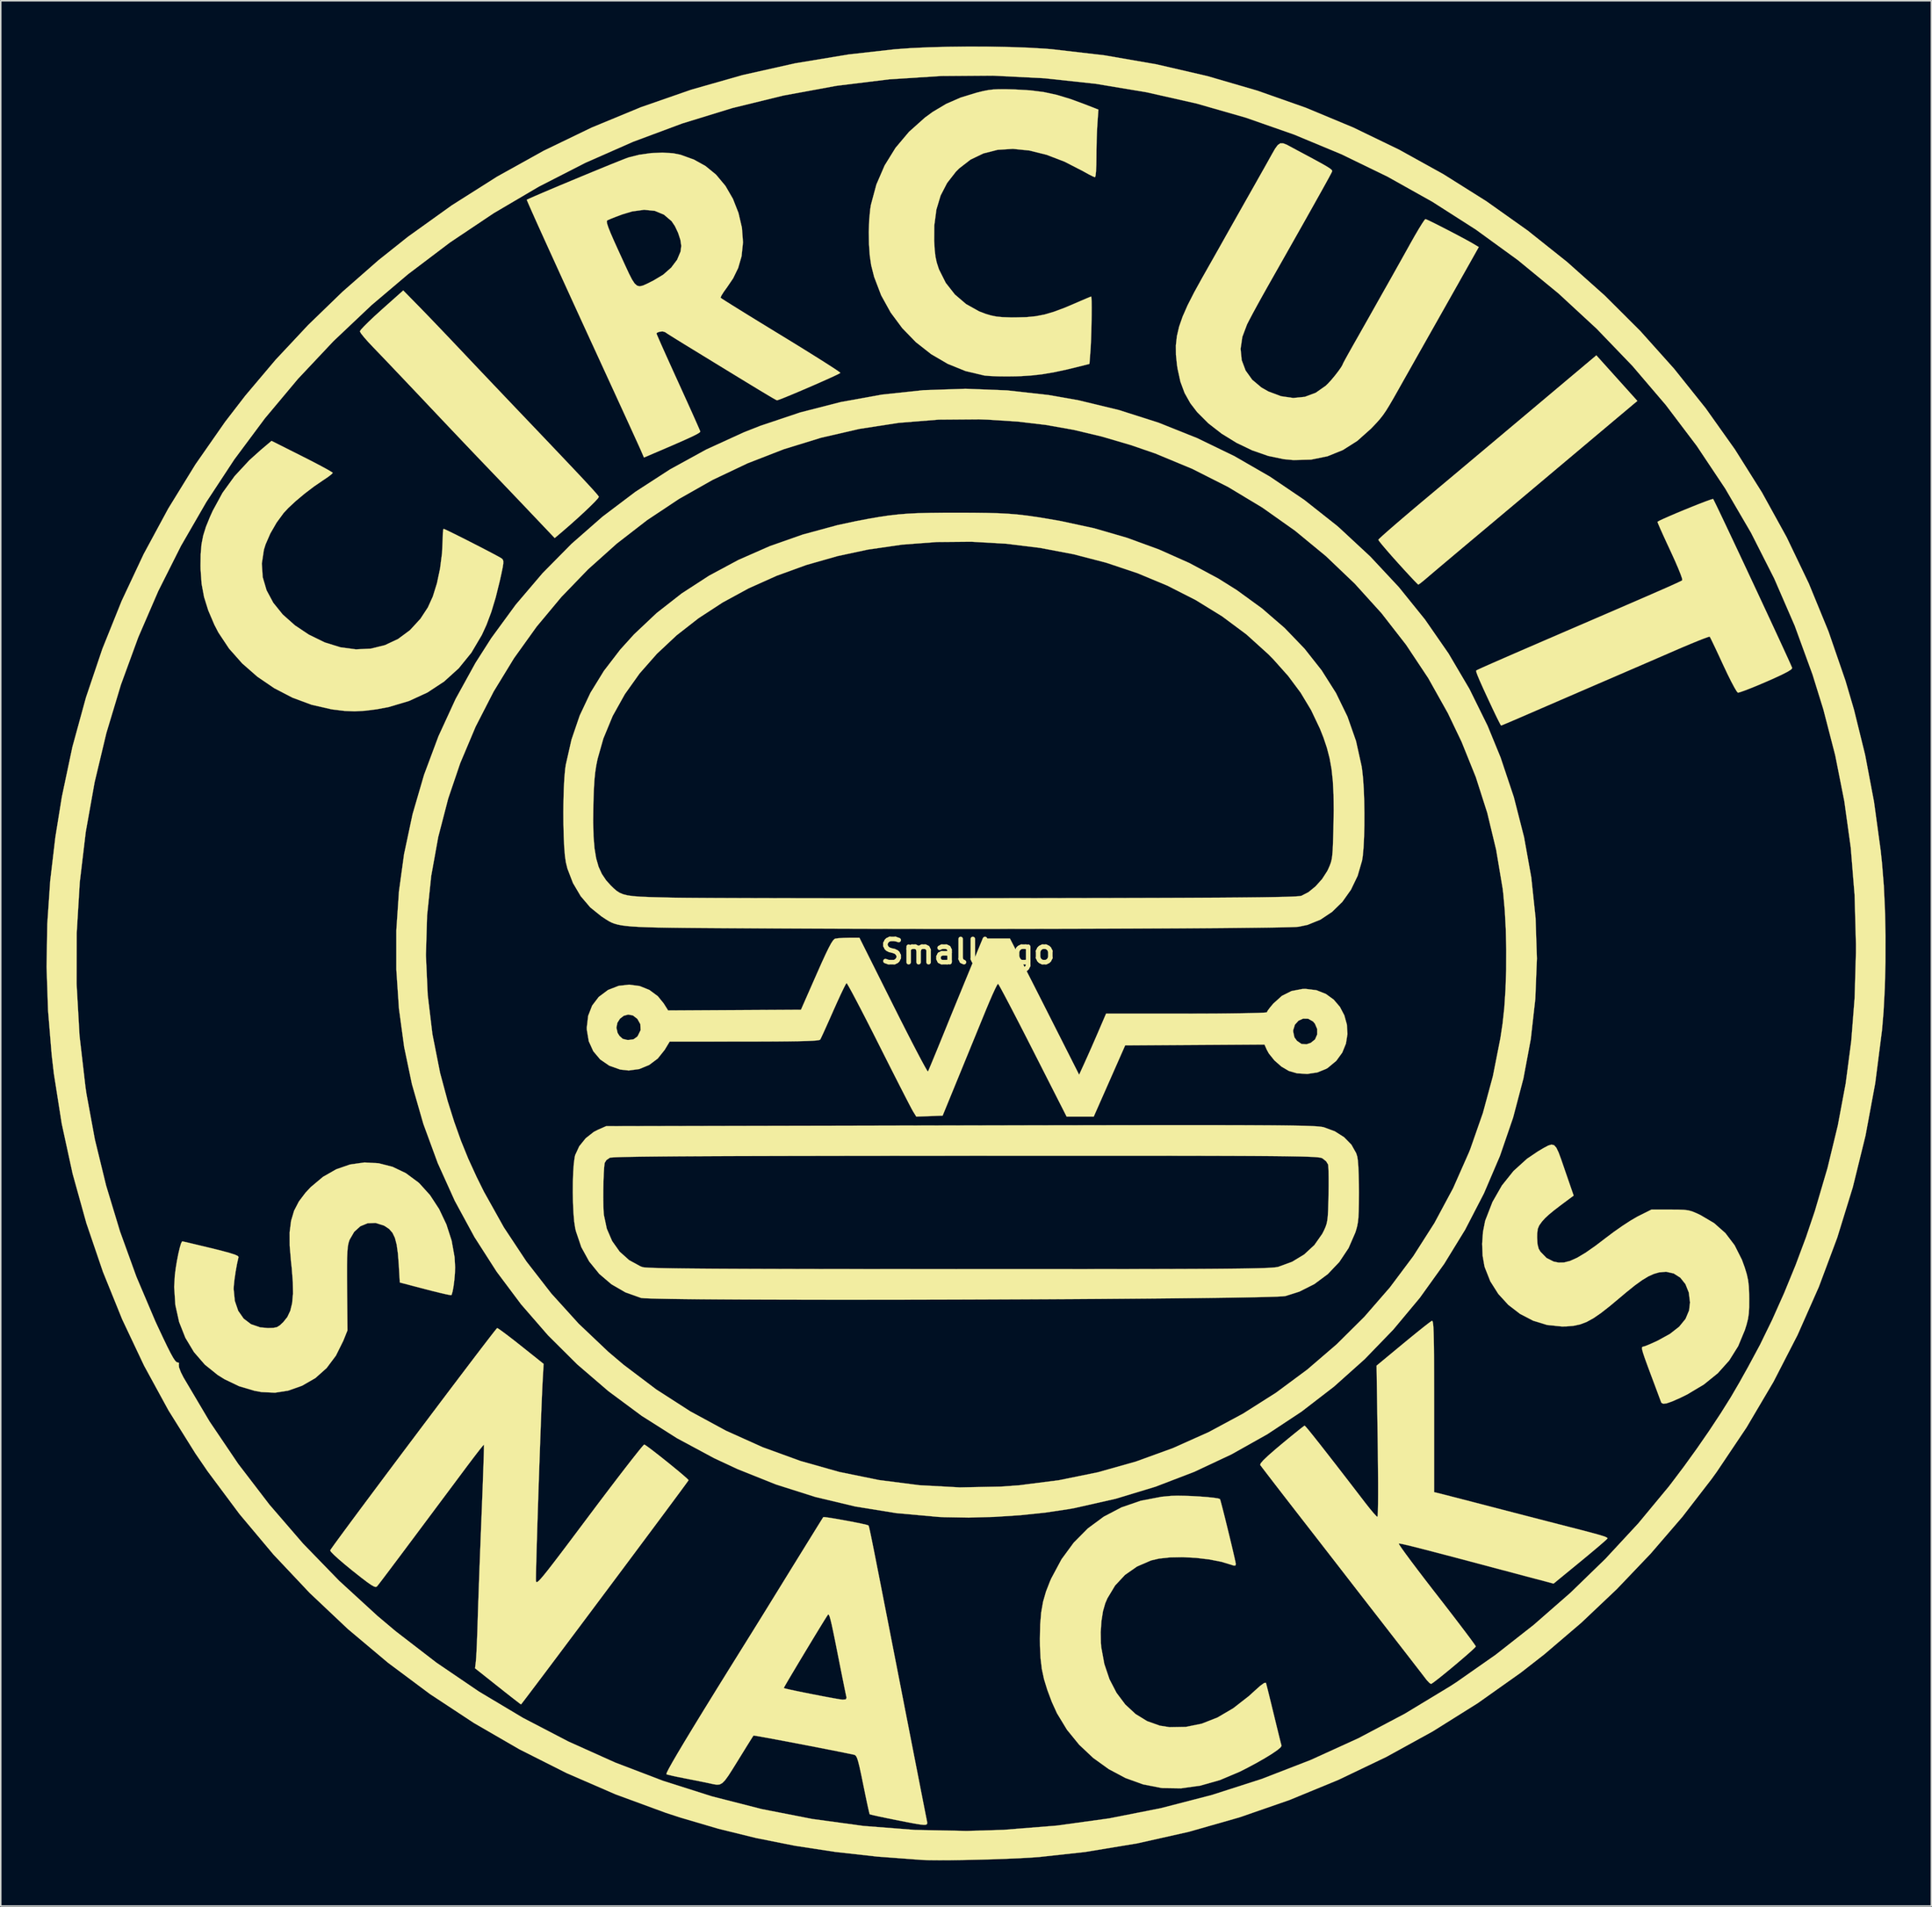
<source format=kicad_pcb>
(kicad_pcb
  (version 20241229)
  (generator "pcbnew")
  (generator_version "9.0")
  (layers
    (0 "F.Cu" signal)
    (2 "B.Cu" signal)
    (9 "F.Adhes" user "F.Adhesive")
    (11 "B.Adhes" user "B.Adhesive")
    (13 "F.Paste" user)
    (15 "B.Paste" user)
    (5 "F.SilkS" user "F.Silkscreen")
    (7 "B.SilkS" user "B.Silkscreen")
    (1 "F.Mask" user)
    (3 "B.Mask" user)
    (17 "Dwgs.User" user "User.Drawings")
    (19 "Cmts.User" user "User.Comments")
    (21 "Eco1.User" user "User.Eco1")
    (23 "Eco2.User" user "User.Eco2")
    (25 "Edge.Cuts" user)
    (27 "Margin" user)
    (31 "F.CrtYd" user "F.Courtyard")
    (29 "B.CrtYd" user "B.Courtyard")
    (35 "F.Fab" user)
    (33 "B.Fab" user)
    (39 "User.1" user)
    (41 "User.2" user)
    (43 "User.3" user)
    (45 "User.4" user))
  (footprint "Smalllogo"
    (layer "F.Cu")
    (at 60.432 59.378)
    (property "Reference" "Smalllogo" (at 0 0 0) (layer "F.SilkS") (effects (font (size 1.524 1.524) (thickness 0.3))))
    (attr through_hole)
    (fp_poly (pts (xy 42.568 -37.623) (xy 43.913 -36.127) (xy 43.663 -35.92) (xy 43.537 -35.814) (xy 43.272 -35.591) (xy 42.884 -35.265) (xy 42.388 -34.849) (xy 41.803 -34.356) (xy 41.142 -33.801) (xy 40.424 -33.197) (xy 39.664 -32.557) (xy 39.614 -32.515) (xy 38.742 -31.782) (xy 37.821 -31.007) (xy 36.881 -30.217) (xy 35.954 -29.438) (xy 35.072 -28.698) (xy 34.267 -28.022) (xy 33.57 -27.438) (xy 33.274 -27.189) (xy 32.63 -26.649) (xy 32.01 -26.128) (xy 31.438 -25.646) (xy 30.938 -25.225) (xy 30.534 -24.883) (xy 30.251 -24.642) (xy 30.167 -24.57) (xy 29.886 -24.332) (xy 29.667 -24.158) (xy 29.551 -24.08) (xy 29.546 -24.079) (xy 29.464 -24.151) (xy 29.269 -24.351) (xy 28.982 -24.656) (xy 28.626 -25.042) (xy 28.223 -25.486) (xy 28.208 -25.502) (xy 27.805 -25.953) (xy 27.454 -26.356) (xy 27.176 -26.684) (xy 26.992 -26.913) (xy 26.924 -27.018) (xy 26.924 -27.019) (xy 26.999 -27.103) (xy 27.214 -27.302) (xy 27.551 -27.601) (xy 27.993 -27.986) (xy 28.524 -28.442) (xy 29.126 -28.954) (xy 29.783 -29.508) (xy 29.896 -29.602) (xy 30.968 -30.501) (xy 32.015 -31.378) (xy 33.063 -32.258) (xy 34.14 -33.162) (xy 35.273 -34.115) (xy 36.491 -35.138) (xy 37.82 -36.256) (xy 38.659 -36.962) (xy 39.171 -37.393) (xy 39.668 -37.811) (xy 40.115 -38.186) (xy 40.474 -38.489) (xy 40.703 -38.681) (xy 41.223 -39.118) (xy 42.568 -37.623)) (stroke (width 0.01) (type solid)) (fill yes) (layer "F.SilkS"))
    (fp_poly (pts (xy -36.065 -42.388) (xy -35.719 -42.033) (xy -35.266 -41.564) (xy -34.74 -41.015) (xy -34.173 -40.421) (xy -33.598 -39.815) (xy -33.224 -39.421) (xy -32.583 -38.742) (xy -31.853 -37.972) (xy -31.087 -37.166) (xy -30.338 -36.378) (xy -29.658 -35.664) (xy -29.462 -35.458) (xy -28.448 -34.395) (xy -27.566 -33.469) (xy -26.809 -32.672) (xy -26.167 -31.995) (xy -25.632 -31.429) (xy -25.197 -30.965) (xy -24.853 -30.594) (xy -24.591 -30.308) (xy -24.404 -30.097) (xy -24.282 -29.953) (xy -24.218 -29.866) (xy -24.203 -29.836) (xy -24.267 -29.733) (xy -24.461 -29.519) (xy -24.763 -29.218) (xy -25.147 -28.852) (xy -25.592 -28.442) (xy -26.073 -28.012) (xy -26.566 -27.583) (xy -26.786 -27.397) (xy -27.099 -27.133) (xy -28.856 -28.984) (xy -29.413 -29.57) (xy -29.992 -30.177) (xy -30.556 -30.768) (xy -31.069 -31.304) (xy -31.494 -31.748) (xy -31.643 -31.902) (xy -31.952 -32.225) (xy -32.378 -32.671) (xy -32.896 -33.215) (xy -33.483 -33.833) (xy -34.117 -34.501) (xy -34.773 -35.194) (xy -35.407 -35.865) (xy -36.053 -36.549) (xy -36.692 -37.223) (xy -37.301 -37.865) (xy -37.859 -38.452) (xy -38.344 -38.961) (xy -38.734 -39.367) (xy -39.006 -39.65) (xy -39.01 -39.654) (xy -39.344 -40.009) (xy -39.619 -40.323) (xy -39.806 -40.561) (xy -39.878 -40.691) (xy -39.878 -40.693) (xy -39.805 -40.804) (xy -39.603 -41.024) (xy -39.295 -41.33) (xy -38.905 -41.699) (xy -38.457 -42.105) (xy -38.456 -42.107) (xy -37.033 -43.375) (xy -36.065 -42.388)) (stroke (width 0.01) (type solid)) (fill yes) (layer "F.SilkS"))
    (fp_poly (pts (xy -43.664 -32.497) (xy -43.081 -32.201) (xy -42.565 -31.932) (xy -42.141 -31.704) (xy -41.836 -31.531) (xy -41.674 -31.429) (xy -41.656 -31.409) (xy -41.735 -31.32) (xy -41.945 -31.157) (xy -42.243 -30.954) (xy -42.291 -30.923) (xy -42.891 -30.512) (xy -43.505 -30.044) (xy -44.082 -29.561) (xy -44.573 -29.104) (xy -44.876 -28.779) (xy -45.343 -28.142) (xy -45.752 -27.432) (xy -46.061 -26.723) (xy -46.172 -26.369) (xy -46.31 -25.458) (xy -46.251 -24.568) (xy -45.998 -23.707) (xy -45.558 -22.887) (xy -44.936 -22.116) (xy -44.135 -21.405) (xy -43.226 -20.798) (xy -42.184 -20.288) (xy -41.15 -19.966) (xy -40.137 -19.832) (xy -39.161 -19.879) (xy -38.235 -20.107) (xy -37.375 -20.511) (xy -36.594 -21.088) (xy -35.907 -21.835) (xy -35.418 -22.582) (xy -35.092 -23.3) (xy -34.822 -24.168) (xy -34.617 -25.138) (xy -34.487 -26.163) (xy -34.443 -27.153) (xy -34.434 -27.467) (xy -34.411 -27.679) (xy -34.386 -27.737) (xy -34.274 -27.692) (xy -34.016 -27.57) (xy -33.644 -27.388) (xy -33.191 -27.162) (xy -32.692 -26.909) (xy -32.178 -26.646) (xy -31.683 -26.391) (xy -31.241 -26.16) (xy -30.884 -25.969) (xy -30.646 -25.837) (xy -30.567 -25.787) (xy -30.502 -25.718) (xy -30.47 -25.617) (xy -30.473 -25.448) (xy -30.516 -25.177) (xy -30.601 -24.769) (xy -30.695 -24.345) (xy -30.97 -23.233) (xy -31.258 -22.28) (xy -31.574 -21.439) (xy -31.877 -20.777) (xy -32.565 -19.611) (xy -33.394 -18.59) (xy -34.356 -17.719) (xy -35.446 -17.002) (xy -36.657 -16.444) (xy -37.983 -16.049) (xy -38.773 -15.9) (xy -39.55 -15.802) (xy -40.224 -15.766) (xy -40.885 -15.793) (xy -41.623 -15.882) (xy -41.758 -15.903) (xy -43.048 -16.198) (xy -44.302 -16.664) (xy -45.494 -17.283) (xy -46.6 -18.037) (xy -47.596 -18.91) (xy -48.457 -19.882) (xy -49.158 -20.937) (xy -49.422 -21.447) (xy -49.824 -22.39) (xy -50.097 -23.263) (xy -50.259 -24.137) (xy -50.326 -25.085) (xy -50.33 -25.349) (xy -50.318 -26.095) (xy -50.265 -26.721) (xy -50.155 -27.291) (xy -49.975 -27.869) (xy -49.71 -28.52) (xy -49.526 -28.925) (xy -48.885 -30.102) (xy -48.091 -31.198) (xy -47.125 -32.239) (xy -46.382 -32.908) (xy -45.672 -33.507) (xy -43.664 -32.497)) (stroke (width 0.01) (type solid)) (fill yes) (layer "F.SilkS"))
    (fp_poly (pts (xy 14.197 35.693) (xy 14.711 35.712) (xy 15.233 35.742) (xy 15.719 35.779) (xy 16.127 35.822) (xy 16.414 35.866) (xy 16.535 35.907) (xy 16.57 36.013) (xy 16.643 36.282) (xy 16.745 36.677) (xy 16.868 37.165) (xy 17.002 37.709) (xy 17.14 38.273) (xy 17.273 38.824) (xy 17.391 39.324) (xy 17.487 39.74) (xy 17.552 40.035) (xy 17.577 40.174) (xy 17.577 40.176) (xy 17.54 40.275) (xy 17.394 40.259) (xy 17.314 40.23) (xy 16.63 40.023) (xy 15.831 39.867) (xy 14.971 39.765) (xy 14.101 39.72) (xy 13.274 39.734) (xy 12.54 39.812) (xy 12.016 39.934) (xy 11.096 40.332) (xy 10.307 40.882) (xy 9.657 41.579) (xy 9.154 42.416) (xy 9.01 42.749) (xy 8.862 43.269) (xy 8.761 43.921) (xy 8.714 44.635) (xy 8.726 45.343) (xy 8.75 45.627) (xy 8.951 46.725) (xy 9.289 47.728) (xy 9.751 48.619) (xy 10.324 49.383) (xy 10.997 50.007) (xy 11.756 50.474) (xy 12.588 50.771) (xy 13.229 50.871) (xy 14.289 50.854) (xy 15.335 50.644) (xy 16.372 50.237) (xy 17.404 49.632) (xy 18.437 48.827) (xy 18.8 48.496) (xy 19.172 48.163) (xy 19.421 47.981) (xy 19.542 47.954) (xy 19.552 47.969) (xy 19.59 48.107) (xy 19.667 48.41) (xy 19.775 48.845) (xy 19.906 49.379) (xy 20.052 49.979) (xy 20.067 50.038) (xy 20.213 50.641) (xy 20.345 51.18) (xy 20.454 51.622) (xy 20.533 51.934) (xy 20.573 52.085) (xy 20.574 52.09) (xy 20.51 52.2) (xy 20.288 52.384) (xy 19.934 52.626) (xy 19.473 52.909) (xy 18.93 53.219) (xy 18.331 53.54) (xy 17.824 53.796) (xy 16.522 54.345) (xy 15.238 54.708) (xy 13.987 54.883) (xy 12.781 54.866) (xy 12.681 54.856) (xy 11.495 54.625) (xy 10.342 54.209) (xy 9.244 53.625) (xy 8.222 52.89) (xy 7.301 52.023) (xy 6.501 51.04) (xy 5.845 49.959) (xy 5.511 49.225) (xy 5.212 48.426) (xy 4.996 47.725) (xy 4.853 47.056) (xy 4.769 46.353) (xy 4.731 45.549) (xy 4.727 45.06) (xy 4.745 44.128) (xy 4.811 43.34) (xy 4.934 42.64) (xy 5.126 41.973) (xy 5.396 41.283) (xy 5.48 41.096) (xy 6.145 39.856) (xy 6.944 38.767) (xy 7.87 37.833) (xy 8.916 37.061) (xy 10.075 36.454) (xy 11.34 36.018) (xy 12.704 35.757) (xy 13.36 35.697) (xy 13.732 35.686) (xy 14.197 35.693)) (stroke (width 0.01) (type solid)) (fill yes) (layer "F.SilkS"))
    (fp_poly (pts (xy 2.535 -56.574) (xy 3.099 -56.559) (xy 4.09 -56.502) (xy 4.976 -56.39) (xy 5.828 -56.206) (xy 6.717 -55.937) (xy 7.558 -55.629) (xy 8.563 -55.238) (xy 8.498 -54.324) (xy 8.471 -53.843) (xy 8.45 -53.241) (xy 8.437 -52.602) (xy 8.433 -52.105) (xy 8.426 -51.616) (xy 8.408 -51.211) (xy 8.38 -50.927) (xy 8.346 -50.803) (xy 8.34 -50.8) (xy 8.214 -50.848) (xy 7.962 -50.974) (xy 7.633 -51.154) (xy 7.553 -51.2) (xy 6.338 -51.824) (xy 5.16 -52.275) (xy 4.029 -52.555) (xy 2.955 -52.663) (xy 1.948 -52.599) (xy 1.018 -52.363) (xy 0.174 -51.957) (xy -0.574 -51.378) (xy -0.783 -51.167) (xy -1.363 -50.422) (xy -1.788 -49.599) (xy -2.065 -48.677) (xy -2.201 -47.638) (xy -2.208 -46.634) (xy -2.176 -46.047) (xy -2.125 -45.596) (xy -2.043 -45.213) (xy -1.92 -44.83) (xy -1.886 -44.74) (xy -1.449 -43.87) (xy -0.852 -43.11) (xy -0.116 -42.481) (xy 0.736 -42.004) (xy 1.168 -41.839) (xy 1.527 -41.733) (xy 1.873 -41.664) (xy 2.267 -41.625) (xy 2.768 -41.608) (xy 3.15 -41.607) (xy 3.835 -41.624) (xy 4.444 -41.683) (xy 5.029 -41.796) (xy 5.64 -41.976) (xy 6.331 -42.233) (xy 7.049 -42.537) (xy 7.461 -42.716) (xy 7.798 -42.86) (xy 8.021 -42.952) (xy 8.09 -42.977) (xy 8.107 -42.882) (xy 8.117 -42.621) (xy 8.121 -42.233) (xy 8.118 -41.756) (xy 8.11 -41.227) (xy 8.098 -40.684) (xy 8.081 -40.165) (xy 8.06 -39.708) (xy 8.042 -39.421) (xy 7.976 -38.557) (xy 7.468 -38.427) (xy 6.499 -38.19) (xy 5.67 -38.012) (xy 4.932 -37.886) (xy 4.232 -37.803) (xy 3.52 -37.755) (xy 3.15 -37.742) (xy 2.562 -37.735) (xy 1.989 -37.741) (xy 1.49 -37.76) (xy 1.124 -37.79) (xy 1.067 -37.798) (xy -0.152 -38.087) (xy -1.316 -38.558) (xy -2.406 -39.195) (xy -3.406 -39.98) (xy -4.297 -40.896) (xy -5.062 -41.927) (xy -5.685 -43.054) (xy -6.146 -44.261) (xy -6.341 -45.03) (xy -6.432 -45.654) (xy -6.485 -46.406) (xy -6.498 -47.213) (xy -6.471 -48.004) (xy -6.404 -48.706) (xy -6.359 -48.988) (xy -6 -50.323) (xy -5.459 -51.574) (xy -4.744 -52.73) (xy -3.86 -53.78) (xy -2.817 -54.713) (xy -2.304 -55.087) (xy -1.425 -55.612) (xy -0.471 -56.028) (xy 0.567 -56.346) (xy 0.984 -56.449) (xy 1.334 -56.518) (xy 1.673 -56.559) (xy 2.055 -56.576) (xy 2.535 -56.574)) (stroke (width 0.01) (type solid)) (fill yes) (layer "F.SilkS"))
    (fp_poly (pts (xy -38.653 13.878) (xy -37.738 14.111) (xy -36.863 14.529) (xy -36.048 15.132) (xy -35.972 15.2) (xy -35.279 15.968) (xy -34.683 16.879) (xy -34.203 17.891) (xy -33.858 18.96) (xy -33.665 20.043) (xy -33.63 20.708) (xy -33.644 21.106) (xy -33.681 21.539) (xy -33.734 21.951) (xy -33.795 22.289) (xy -33.857 22.499) (xy -33.878 22.532) (xy -33.985 22.522) (xy -34.256 22.467) (xy -34.657 22.374) (xy -35.156 22.251) (xy -35.59 22.139) (xy -37.258 21.702) (xy -37.323 20.579) (xy -37.381 19.813) (xy -37.463 19.22) (xy -37.58 18.771) (xy -37.742 18.437) (xy -37.961 18.188) (xy -38.248 17.996) (xy -38.312 17.963) (xy -38.85 17.794) (xy -39.372 17.815) (xy -39.848 18.013) (xy -40.249 18.375) (xy -40.547 18.888) (xy -40.586 18.989) (xy -40.634 19.161) (xy -40.671 19.384) (xy -40.697 19.683) (xy -40.714 20.084) (xy -40.722 20.612) (xy -40.722 21.293) (xy -40.716 22.136) (xy -40.691 24.841) (xy -40.965 25.524) (xy -41.45 26.5) (xy -42.06 27.315) (xy -42.794 27.969) (xy -43.654 28.465) (xy -43.692 28.482) (xy -44.582 28.796) (xy -45.441 28.93) (xy -46.323 28.89) (xy -46.787 28.806) (xy -47.807 28.502) (xy -48.76 28.044) (xy -49.2 27.77) (xy -50.048 27.088) (xy -50.759 26.267) (xy -51.323 25.329) (xy -51.733 24.291) (xy -51.981 23.174) (xy -52.057 21.995) (xy -52.015 21.234) (xy -51.956 20.768) (xy -51.877 20.285) (xy -51.787 19.826) (xy -51.695 19.433) (xy -51.61 19.147) (xy -51.54 19.009) (xy -51.526 19.003) (xy -51.411 19.027) (xy -51.13 19.091) (xy -50.717 19.189) (xy -50.203 19.312) (xy -49.632 19.449) (xy -48.938 19.622) (xy -48.428 19.76) (xy -48.085 19.87) (xy -47.893 19.957) (xy -47.837 20.025) (xy -47.837 20.03) (xy -47.937 20.481) (xy -48.029 20.997) (xy -48.103 21.504) (xy -48.148 21.932) (xy -48.157 22.132) (xy -48.08 22.909) (xy -47.858 23.559) (xy -47.5 24.072) (xy -47.017 24.437) (xy -46.416 24.644) (xy -45.915 24.689) (xy -45.557 24.679) (xy -45.32 24.63) (xy -45.126 24.511) (xy -44.905 24.304) (xy -44.637 23.969) (xy -44.443 23.561) (xy -44.32 23.058) (xy -44.265 22.436) (xy -44.275 21.673) (xy -44.347 20.747) (xy -44.394 20.315) (xy -44.482 19.283) (xy -44.484 18.406) (xy -44.389 17.653) (xy -44.191 16.991) (xy -43.88 16.389) (xy -43.447 15.815) (xy -43.103 15.447) (xy -42.298 14.771) (xy -41.43 14.275) (xy -40.52 13.96) (xy -39.587 13.828) (xy -38.653 13.878)) (stroke (width 0.01) (type solid)) (fill yes) (layer "F.SilkS"))
    (fp_poly (pts (xy 48.939 -29.59) (xy 49.071 -29.322) (xy 49.27 -28.909) (xy 49.527 -28.37) (xy 49.832 -27.725) (xy 50.177 -26.995) (xy 50.552 -26.198) (xy 50.948 -25.354) (xy 51.356 -24.482) (xy 51.767 -23.604) (xy 52.171 -22.737) (xy 52.559 -21.903) (xy 52.922 -21.12) (xy 53.252 -20.408) (xy 53.538 -19.786) (xy 53.772 -19.276) (xy 53.944 -18.895) (xy 54.045 -18.664) (xy 54.068 -18.603) (xy 54.001 -18.511) (xy 53.766 -18.363) (xy 53.355 -18.154) (xy 52.763 -17.882) (xy 52.375 -17.712) (xy 51.82 -17.475) (xy 51.323 -17.273) (xy 50.917 -17.116) (xy 50.634 -17.018) (xy 50.507 -16.99) (xy 50.423 -17.087) (xy 50.272 -17.341) (xy 50.068 -17.723) (xy 49.829 -18.204) (xy 49.568 -18.756) (xy 49.541 -18.814) (xy 49.283 -19.372) (xy 49.052 -19.865) (xy 48.862 -20.264) (xy 48.727 -20.54) (xy 48.662 -20.663) (xy 48.659 -20.666) (xy 48.555 -20.643) (xy 48.29 -20.548) (xy 47.893 -20.392) (xy 47.388 -20.185) (xy 46.802 -19.938) (xy 46.374 -19.753) (xy 45.653 -19.44) (xy 44.799 -19.07) (xy 43.869 -18.667) (xy 42.917 -18.256) (xy 41.999 -17.859) (xy 41.351 -17.58) (xy 40.532 -17.226) (xy 39.67 -16.853) (xy 38.812 -16.482) (xy 38.006 -16.133) (xy 37.297 -15.826) (xy 36.785 -15.604) (xy 36.23 -15.364) (xy 35.743 -15.154) (xy 35.352 -14.988) (xy 35.087 -14.877) (xy 34.977 -14.834) (xy 34.976 -14.834) (xy 34.921 -14.92) (xy 34.799 -15.156) (xy 34.626 -15.506) (xy 34.422 -15.935) (xy 34.402 -15.977) (xy 34.045 -16.741) (xy 33.77 -17.34) (xy 33.569 -17.791) (xy 33.435 -18.11) (xy 33.36 -18.314) (xy 33.339 -18.421) (xy 33.346 -18.444) (xy 33.424 -18.486) (xy 33.631 -18.583) (xy 33.974 -18.737) (xy 34.461 -18.952) (xy 35.096 -19.23) (xy 35.888 -19.575) (xy 36.842 -19.989) (xy 37.966 -20.475) (xy 39.266 -21.037) (xy 40.132 -21.41) (xy 41.439 -21.974) (xy 42.572 -22.463) (xy 43.541 -22.883) (xy 44.359 -23.237) (xy 45.037 -23.533) (xy 45.588 -23.774) (xy 46.022 -23.966) (xy 46.352 -24.115) (xy 46.59 -24.224) (xy 46.747 -24.3) (xy 46.835 -24.348) (xy 46.862 -24.368) (xy 46.846 -24.481) (xy 46.754 -24.748) (xy 46.596 -25.141) (xy 46.385 -25.63) (xy 46.132 -26.187) (xy 46.075 -26.31) (xy 45.813 -26.874) (xy 45.585 -27.372) (xy 45.404 -27.776) (xy 45.283 -28.059) (xy 45.233 -28.191) (xy 45.233 -28.198) (xy 45.36 -28.271) (xy 45.634 -28.4) (xy 46.018 -28.57) (xy 46.479 -28.767) (xy 46.979 -28.975) (xy 47.485 -29.181) (xy 47.962 -29.371) (xy 48.373 -29.529) (xy 48.683 -29.641) (xy 48.859 -29.694) (xy 48.884 -29.694) (xy 48.939 -29.59)) (stroke (width 0.01) (type solid)) (fill yes) (layer "F.SilkS"))
    (fp_poly (pts (xy 38.455 12.697) (xy 38.601 12.865) (xy 38.748 13.172) (xy 38.919 13.635) (xy 39.138 14.271) (xy 39.146 14.296) (xy 39.735 16.002) (xy 39.459 16.205) (xy 38.876 16.639) (xy 38.433 16.98) (xy 38.104 17.252) (xy 37.861 17.478) (xy 37.677 17.681) (xy 37.65 17.714) (xy 37.473 17.961) (xy 37.379 18.19) (xy 37.344 18.486) (xy 37.34 18.75) (xy 37.362 19.181) (xy 37.437 19.479) (xy 37.549 19.674) (xy 37.955 20.092) (xy 38.425 20.331) (xy 38.743 20.394) (xy 39.101 20.388) (xy 39.504 20.285) (xy 39.969 20.075) (xy 40.518 19.747) (xy 41.17 19.291) (xy 41.808 18.805) (xy 42.363 18.387) (xy 42.932 17.988) (xy 43.463 17.643) (xy 43.903 17.386) (xy 43.985 17.343) (xy 44.841 16.916) (xy 46.068 16.916) (xy 46.592 16.919) (xy 46.969 16.933) (xy 47.254 16.969) (xy 47.504 17.038) (xy 47.775 17.148) (xy 48.057 17.281) (xy 48.942 17.803) (xy 49.684 18.458) (xy 50.29 19.256) (xy 50.77 20.207) (xy 50.959 20.726) (xy 51.092 21.167) (xy 51.177 21.556) (xy 51.225 21.967) (xy 51.245 22.474) (xy 51.249 22.758) (xy 51.246 23.312) (xy 51.223 23.733) (xy 51.169 24.095) (xy 51.074 24.469) (xy 50.964 24.821) (xy 50.526 25.876) (xy 49.937 26.817) (xy 49.189 27.653) (xy 48.272 28.394) (xy 47.178 29.047) (xy 46.681 29.29) (xy 46.185 29.507) (xy 45.839 29.627) (xy 45.619 29.656) (xy 45.497 29.598) (xy 45.467 29.54) (xy 45.418 29.407) (xy 45.31 29.117) (xy 45.157 28.705) (xy 44.97 28.205) (xy 44.809 27.776) (xy 44.571 27.135) (xy 44.398 26.659) (xy 44.286 26.324) (xy 44.227 26.106) (xy 44.215 25.98) (xy 44.244 25.922) (xy 44.306 25.908) (xy 44.308 25.908) (xy 44.445 25.867) (xy 44.716 25.756) (xy 45.073 25.597) (xy 45.248 25.515) (xy 46.05 25.074) (xy 46.656 24.601) (xy 47.073 24.09) (xy 47.307 23.532) (xy 47.367 23.008) (xy 47.286 22.355) (xy 47.067 21.808) (xy 46.732 21.386) (xy 46.299 21.109) (xy 45.79 20.996) (xy 45.334 21.038) (xy 44.986 21.141) (xy 44.625 21.305) (xy 44.224 21.548) (xy 43.753 21.888) (xy 43.186 22.344) (xy 42.787 22.68) (xy 42.095 23.259) (xy 41.518 23.71) (xy 41.024 24.049) (xy 40.583 24.29) (xy 40.164 24.449) (xy 39.737 24.541) (xy 39.272 24.582) (xy 38.956 24.587) (xy 37.997 24.489) (xy 37.077 24.207) (xy 36.219 23.761) (xy 35.449 23.169) (xy 34.791 22.45) (xy 34.268 21.624) (xy 33.906 20.709) (xy 33.879 20.611) (xy 33.763 19.935) (xy 33.733 19.164) (xy 33.787 18.386) (xy 33.923 17.69) (xy 33.946 17.613) (xy 34.411 16.418) (xy 35.029 15.338) (xy 35.789 14.388) (xy 36.678 13.582) (xy 37.389 13.102) (xy 37.775 12.873) (xy 38.066 12.718) (xy 38.284 12.654) (xy 38.455 12.697)) (stroke (width 0.01) (type solid)) (fill yes) (layer "F.SilkS"))
    (fp_poly (pts (xy 20.687 -53.024) (xy 20.94 -52.923) (xy 21.287 -52.737) (xy 21.597 -52.569) (xy 22.309 -52.189) (xy 22.86 -51.892) (xy 23.271 -51.666) (xy 23.56 -51.498) (xy 23.747 -51.378) (xy 23.852 -51.293) (xy 23.894 -51.232) (xy 23.895 -51.19) (xy 23.836 -51.067) (xy 23.676 -50.768) (xy 23.417 -50.297) (xy 23.059 -49.654) (xy 22.604 -48.841) (xy 22.053 -47.86) (xy 21.405 -46.713) (xy 20.663 -45.4) (xy 19.827 -43.924) (xy 19.636 -43.586) (xy 19.305 -42.996) (xy 18.979 -42.406) (xy 18.684 -41.863) (xy 18.446 -41.412) (xy 18.311 -41.148) (xy 18.004 -40.332) (xy 17.889 -39.545) (xy 17.962 -38.802) (xy 18.218 -38.121) (xy 18.65 -37.518) (xy 19.255 -37.008) (xy 19.71 -36.749) (xy 20.538 -36.438) (xy 21.34 -36.322) (xy 22.104 -36.397) (xy 22.817 -36.663) (xy 23.466 -37.118) (xy 23.607 -37.252) (xy 23.831 -37.494) (xy 24.077 -37.789) (xy 24.308 -38.089) (xy 24.489 -38.346) (xy 24.582 -38.512) (xy 24.587 -38.536) (xy 24.635 -38.635) (xy 24.766 -38.879) (xy 24.964 -39.237) (xy 25.211 -39.677) (xy 25.36 -39.94) (xy 25.656 -40.461) (xy 25.94 -40.964) (xy 26.188 -41.401) (xy 26.372 -41.727) (xy 26.417 -41.808) (xy 26.575 -42.088) (xy 26.803 -42.494) (xy 27.075 -42.976) (xy 27.362 -43.485) (xy 27.42 -43.586) (xy 27.728 -44.132) (xy 28.096 -44.789) (xy 28.488 -45.488) (xy 28.865 -46.164) (xy 29.028 -46.457) (xy 29.317 -46.969) (xy 29.578 -47.413) (xy 29.793 -47.761) (xy 29.944 -47.985) (xy 30.011 -48.057) (xy 30.127 -48.012) (xy 30.385 -47.889) (xy 30.751 -47.708) (xy 31.189 -47.485) (xy 31.662 -47.241) (xy 32.135 -46.993) (xy 32.572 -46.76) (xy 32.937 -46.56) (xy 33.189 -46.415) (xy 33.511 -46.222) (xy 32.928 -45.184) (xy 32.728 -44.829) (xy 32.447 -44.331) (xy 32.103 -43.719) (xy 31.713 -43.029) (xy 31.296 -42.29) (xy 30.871 -41.537) (xy 30.737 -41.3) (xy 30.295 -40.518) (xy 29.84 -39.712) (xy 29.393 -38.921) (xy 28.978 -38.184) (xy 28.614 -37.54) (xy 28.325 -37.027) (xy 28.281 -36.947) (xy 27.934 -36.334) (xy 27.66 -35.863) (xy 27.436 -35.499) (xy 27.235 -35.206) (xy 27.034 -34.949) (xy 26.807 -34.692) (xy 26.529 -34.399) (xy 26.436 -34.303) (xy 25.542 -33.506) (xy 24.594 -32.905) (xy 23.585 -32.496) (xy 22.509 -32.278) (xy 21.359 -32.248) (xy 20.726 -32.307) (xy 19.698 -32.521) (xy 18.65 -32.886) (xy 17.622 -33.38) (xy 16.651 -33.978) (xy 15.777 -34.657) (xy 15.038 -35.396) (xy 14.595 -35.974) (xy 14.217 -36.646) (xy 13.943 -37.385) (xy 13.754 -38.246) (xy 13.715 -38.506) (xy 13.649 -39.161) (xy 13.645 -39.775) (xy 13.711 -40.377) (xy 13.855 -40.996) (xy 14.087 -41.663) (xy 14.414 -42.406) (xy 14.846 -43.254) (xy 15.364 -44.192) (xy 15.707 -44.798) (xy 16.032 -45.372) (xy 16.32 -45.881) (xy 16.552 -46.292) (xy 16.709 -46.572) (xy 16.744 -46.634) (xy 16.873 -46.864) (xy 17.081 -47.234) (xy 17.35 -47.711) (xy 17.659 -48.258) (xy 17.988 -48.84) (xy 18.033 -48.92) (xy 18.393 -49.556) (xy 18.763 -50.21) (xy 19.114 -50.833) (xy 19.42 -51.375) (xy 19.642 -51.77) (xy 19.938 -52.302) (xy 20.155 -52.68) (xy 20.33 -52.917) (xy 20.496 -53.027) (xy 20.687 -53.024)) (stroke (width 0.01) (type solid)) (fill yes) (layer "F.SilkS"))
    (fp_poly (pts (xy 30.468 24.225) (xy 30.495 24.292) (xy 30.517 24.431) (xy 30.536 24.655) (xy 30.55 24.981) (xy 30.561 25.422) (xy 30.57 25.993) (xy 30.576 26.71) (xy 30.579 27.586) (xy 30.581 28.637) (xy 30.582 29.807) (xy 30.582 35.455) (xy 30.861 35.52) (xy 31.024 35.561) (xy 31.359 35.646) (xy 31.839 35.77) (xy 32.44 35.925) (xy 33.137 36.105) (xy 33.903 36.303) (xy 34.442 36.444) (xy 35.333 36.675) (xy 36.252 36.913) (xy 37.157 37.147) (xy 38.006 37.366) (xy 38.756 37.56) (xy 39.365 37.716) (xy 39.522 37.756) (xy 40.29 37.954) (xy 40.882 38.109) (xy 41.319 38.229) (xy 41.623 38.319) (xy 41.816 38.386) (xy 41.919 38.438) (xy 41.954 38.479) (xy 41.955 38.489) (xy 41.878 38.57) (xy 41.665 38.761) (xy 41.34 39.041) (xy 40.924 39.391) (xy 40.441 39.793) (xy 40.182 40.006) (xy 38.417 41.454) (xy 36.506 40.947) (xy 35.815 40.763) (xy 35.101 40.574) (xy 34.421 40.393) (xy 33.834 40.237) (xy 33.477 40.142) (xy 32.292 39.828) (xy 31.29 39.564) (xy 30.457 39.346) (xy 29.781 39.171) (xy 29.248 39.036) (xy 28.844 38.937) (xy 28.557 38.871) (xy 28.372 38.834) (xy 28.278 38.824) (xy 28.263 38.826) (xy 28.303 38.911) (xy 28.456 39.139) (xy 28.71 39.493) (xy 29.052 39.956) (xy 29.47 40.511) (xy 29.95 41.141) (xy 30.481 41.83) (xy 30.741 42.164) (xy 31.295 42.878) (xy 31.809 43.545) (xy 32.268 44.146) (xy 32.661 44.664) (xy 32.974 45.083) (xy 33.193 45.384) (xy 33.306 45.55) (xy 33.318 45.576) (xy 33.246 45.663) (xy 33.044 45.853) (xy 32.745 46.119) (xy 32.376 46.437) (xy 31.969 46.782) (xy 31.552 47.129) (xy 31.157 47.452) (xy 30.813 47.726) (xy 30.55 47.927) (xy 30.398 48.029) (xy 30.385 48.035) (xy 30.284 47.978) (xy 30.115 47.802) (xy 30.018 47.679) (xy 29.889 47.51) (xy 29.652 47.202) (xy 29.322 46.776) (xy 28.918 46.253) (xy 28.454 45.654) (xy 27.947 45.001) (xy 27.48 44.399) (xy 26.944 43.708) (xy 26.43 43.047) (xy 25.957 42.437) (xy 25.542 41.902) (xy 25.203 41.464) (xy 24.956 41.145) (xy 24.833 40.986) (xy 24.684 40.793) (xy 24.426 40.46) (xy 24.075 40.007) (xy 23.646 39.454) (xy 23.156 38.822) (xy 22.62 38.131) (xy 22.053 37.402) (xy 21.844 37.133) (xy 21.285 36.413) (xy 20.764 35.74) (xy 20.294 35.132) (xy 19.889 34.606) (xy 19.562 34.18) (xy 19.326 33.871) (xy 19.195 33.697) (xy 19.174 33.667) (xy 19.208 33.561) (xy 19.384 33.357) (xy 19.709 33.048) (xy 20.188 32.63) (xy 20.565 32.313) (xy 21.029 31.929) (xy 21.438 31.595) (xy 21.768 31.33) (xy 21.993 31.155) (xy 22.088 31.09) (xy 22.089 31.09) (xy 22.17 31.17) (xy 22.37 31.406) (xy 22.682 31.793) (xy 23.103 32.325) (xy 23.628 32.996) (xy 24.253 33.8) (xy 24.972 34.731) (xy 25.781 35.783) (xy 26.06 36.147) (xy 26.349 36.514) (xy 26.599 36.814) (xy 26.78 37.013) (xy 26.863 37.079) (xy 26.882 36.981) (xy 26.896 36.694) (xy 26.905 36.233) (xy 26.909 35.612) (xy 26.909 34.846) (xy 26.903 33.949) (xy 26.893 32.936) (xy 26.882 32.12) (xy 26.808 27.156) (xy 28.55 25.713) (xy 29.063 25.291) (xy 29.529 24.913) (xy 29.924 24.597) (xy 30.223 24.365) (xy 30.402 24.235) (xy 30.437 24.215) (xy 30.468 24.225)) (stroke (width 0.01) (type solid)) (fill yes) (layer "F.SilkS"))
    (fp_poly (pts (xy -30.765 24.749) (xy -30.527 24.918) (xy -30.185 25.174) (xy -29.764 25.498) (xy -29.3 25.864) (xy -27.826 27.04) (xy -27.885 28.074) (xy -27.906 28.476) (xy -27.931 29.03) (xy -27.959 29.716) (xy -27.991 30.511) (xy -28.024 31.395) (xy -28.059 32.346) (xy -28.094 33.344) (xy -28.13 34.366) (xy -28.165 35.392) (xy -28.198 36.4) (xy -28.229 37.369) (xy -28.257 38.278) (xy -28.282 39.105) (xy -28.302 39.829) (xy -28.318 40.43) (xy -28.327 40.885) (xy -28.33 41.173) (xy -28.328 41.265) (xy -28.315 41.329) (xy -28.285 41.359) (xy -28.229 41.341) (xy -28.138 41.266) (xy -28.001 41.122) (xy -27.811 40.897) (xy -27.557 40.581) (xy -27.231 40.161) (xy -26.822 39.627) (xy -26.323 38.967) (xy -25.723 38.169) (xy -25.014 37.223) (xy -24.81 36.951) (xy -24.169 36.097) (xy -23.562 35.296) (xy -23.002 34.56) (xy -22.498 33.905) (xy -22.062 33.344) (xy -21.706 32.893) (xy -21.44 32.564) (xy -21.275 32.374) (xy -21.223 32.329) (xy -21.097 32.407) (xy -20.853 32.584) (xy -20.522 32.838) (xy -20.134 33.142) (xy -19.719 33.473) (xy -19.309 33.806) (xy -18.933 34.116) (xy -18.623 34.379) (xy -18.408 34.571) (xy -18.319 34.666) (xy -18.318 34.67) (xy -18.381 34.761) (xy -18.554 34.999) (xy -18.828 35.372) (xy -19.192 35.864) (xy -19.636 36.463) (xy -20.148 37.153) (xy -20.72 37.921) (xy -21.34 38.753) (xy -21.997 39.635) (xy -22.682 40.553) (xy -23.384 41.493) (xy -24.092 42.44) (xy -24.796 43.382) (xy -25.485 44.303) (xy -26.15 45.19) (xy -26.778 46.029) (xy -27.361 46.806) (xy -27.887 47.506) (xy -28.347 48.116) (xy -28.729 48.622) (xy -29.023 49.01) (xy -29.218 49.265) (xy -29.305 49.375) (xy -29.309 49.378) (xy -29.394 49.318) (xy -29.613 49.15) (xy -29.941 48.896) (xy -30.352 48.573) (xy -30.82 48.202) (xy -30.832 48.193) (xy -32.323 47.009) (xy -32.268 46.542) (xy -32.249 46.299) (xy -32.226 45.891) (xy -32.202 45.359) (xy -32.178 44.74) (xy -32.156 44.074) (xy -32.152 43.942) (xy -32.135 43.378) (xy -32.11 42.644) (xy -32.079 41.776) (xy -32.044 40.806) (xy -32.005 39.769) (xy -31.964 38.698) (xy -31.922 37.628) (xy -31.9 37.088) (xy -31.862 36.129) (xy -31.827 35.235) (xy -31.798 34.424) (xy -31.773 33.718) (xy -31.754 33.136) (xy -31.742 32.698) (xy -31.737 32.425) (xy -31.739 32.337) (xy -31.806 32.404) (xy -31.975 32.611) (xy -32.226 32.933) (xy -32.54 33.344) (xy -32.899 33.821) (xy -32.926 33.857) (xy -33.915 35.184) (xy -34.791 36.357) (xy -35.558 37.385) (xy -36.223 38.276) (xy -36.794 39.04) (xy -37.277 39.686) (xy -37.679 40.221) (xy -38.006 40.657) (xy -38.265 41) (xy -38.462 41.261) (xy -38.605 41.447) (xy -38.7 41.568) (xy -38.754 41.633) (xy -38.762 41.642) (xy -38.832 41.674) (xy -38.948 41.645) (xy -39.132 41.542) (xy -39.405 41.352) (xy -39.789 41.06) (xy -40.304 40.653) (xy -40.383 40.59) (xy -40.863 40.197) (xy -41.27 39.849) (xy -41.58 39.565) (xy -41.772 39.366) (xy -41.825 39.274) (xy -41.753 39.164) (xy -41.571 38.907) (xy -41.288 38.518) (xy -40.916 38.012) (xy -40.465 37.401) (xy -39.946 36.701) (xy -39.368 35.925) (xy -38.743 35.087) (xy -38.082 34.202) (xy -37.394 33.283) (xy -36.69 32.345) (xy -35.982 31.402) (xy -35.278 30.467) (xy -34.591 29.554) (xy -33.931 28.679) (xy -33.307 27.855) (xy -32.731 27.095) (xy -32.214 26.414) (xy -31.765 25.827) (xy -31.396 25.347) (xy -31.117 24.987) (xy -30.938 24.763) (xy -30.871 24.689) (xy -30.765 24.749)) (stroke (width 0.01) (type solid)) (fill yes) (layer "F.SilkS"))
    (fp_poly (pts (xy -9.375 37.093) (xy -9.113 37.128) (xy -8.738 37.188) (xy -8.294 37.266) (xy -7.823 37.352) (xy -7.368 37.44) (xy -6.973 37.521) (xy -6.681 37.587) (xy -6.534 37.631) (xy -6.527 37.635) (xy -6.517 37.647) (xy -6.505 37.67) (xy -6.491 37.715) (xy -6.47 37.793) (xy -6.442 37.916) (xy -6.403 38.094) (xy -6.352 38.339) (xy -6.286 38.661) (xy -6.203 39.073) (xy -6.101 39.586) (xy -5.978 40.209) (xy -5.831 40.956) (xy -5.658 41.836) (xy -5.458 42.861) (xy -5.226 44.042) (xy -4.963 45.39) (xy -4.664 46.917) (xy -4.372 48.412) (xy -4.123 49.69) (xy -3.883 50.915) (xy -3.657 52.071) (xy -3.447 53.143) (xy -3.256 54.117) (xy -3.088 54.976) (xy -2.945 55.705) (xy -2.83 56.29) (xy -2.746 56.715) (xy -2.697 56.965) (xy -2.685 57.023) (xy -2.664 57.138) (xy -2.674 57.22) (xy -2.738 57.268) (xy -2.881 57.28) (xy -3.126 57.256) (xy -3.497 57.195) (xy -4.019 57.096) (xy -4.715 56.958) (xy -4.75 56.952) (xy -5.303 56.84) (xy -5.781 56.74) (xy -6.152 56.658) (xy -6.381 56.602) (xy -6.439 56.582) (xy -6.47 56.474) (xy -6.534 56.198) (xy -6.624 55.786) (xy -6.732 55.268) (xy -6.853 54.677) (xy -6.862 54.633) (xy -6.999 53.965) (xy -7.107 53.47) (xy -7.194 53.122) (xy -7.268 52.895) (xy -7.336 52.763) (xy -7.408 52.698) (xy -7.459 52.68) (xy -7.892 52.59) (xy -8.439 52.479) (xy -9.07 52.354) (xy -9.76 52.218) (xy -10.48 52.079) (xy -11.203 51.94) (xy -11.9 51.807) (xy -12.546 51.686) (xy -13.111 51.581) (xy -13.568 51.499) (xy -13.89 51.443) (xy -14.049 51.42) (xy -14.061 51.421) (xy -14.123 51.516) (xy -14.274 51.756) (xy -14.497 52.113) (xy -14.774 52.561) (xy -15.083 53.061) (xy -15.44 53.637) (xy -15.713 54.062) (xy -15.927 54.355) (xy -16.105 54.536) (xy -16.272 54.627) (xy -16.452 54.646) (xy -16.671 54.615) (xy -16.897 54.565) (xy -17.171 54.507) (xy -17.584 54.423) (xy -18.076 54.325) (xy -18.491 54.244) (xy -18.962 54.15) (xy -19.362 54.065) (xy -19.649 53.997) (xy -19.774 53.959) (xy -19.75 53.861) (xy -19.619 53.599) (xy -19.38 53.17) (xy -19.034 52.576) (xy -18.58 51.814) (xy -18.017 50.885) (xy -17.346 49.788) (xy -16.565 48.522) (xy -16.431 48.305) (xy -12.074 48.305) (xy -11.959 48.34) (xy -11.682 48.404) (xy -11.282 48.49) (xy -10.796 48.59) (xy -10.262 48.696) (xy -9.72 48.802) (xy -9.206 48.899) (xy -8.76 48.981) (xy -8.419 49.039) (xy -8.221 49.066) (xy -8.202 49.067) (xy -8.005 49.047) (xy -7.958 48.944) (xy -7.976 48.844) (xy -8.011 48.684) (xy -8.078 48.355) (xy -8.173 47.886) (xy -8.29 47.307) (xy -8.421 46.647) (xy -8.532 46.089) (xy -8.694 45.273) (xy -8.824 44.637) (xy -8.926 44.162) (xy -9.005 43.827) (xy -9.066 43.614) (xy -9.114 43.504) (xy -9.153 43.475) (xy -9.177 43.493) (xy -9.264 43.623) (xy -9.433 43.891) (xy -9.667 44.272) (xy -9.952 44.738) (xy -10.269 45.261) (xy -10.604 45.816) (xy -10.94 46.374) (xy -11.26 46.909) (xy -11.549 47.394) (xy -11.79 47.801) (xy -11.966 48.104) (xy -12.062 48.276) (xy -12.074 48.305) (xy -16.431 48.305) (xy -15.675 47.086) (xy -14.675 45.481) (xy -14.444 45.11) (xy -14.172 44.674) (xy -13.831 44.124) (xy -13.455 43.518) (xy -13.083 42.916) (xy -12.933 42.672) (xy -12.23 41.533) (xy -11.596 40.504) (xy -11.034 39.595) (xy -10.551 38.813) (xy -10.151 38.167) (xy -9.84 37.664) (xy -9.622 37.314) (xy -9.502 37.124) (xy -9.48 37.091) (xy -9.375 37.093)) (stroke (width 0.01) (type solid)) (fill yes) (layer "F.SilkS"))
    (fp_poly (pts (xy -19.335 -52.375) (xy -18.857 -52.28) (xy -17.964 -51.958) (xy -17.212 -51.54) (xy -16.549 -50.999) (xy -16.504 -50.956) (xy -15.9 -50.233) (xy -15.409 -49.385) (xy -15.044 -48.457) (xy -14.819 -47.49) (xy -14.748 -46.529) (xy -14.843 -45.617) (xy -14.847 -45.601) (xy -15.065 -44.85) (xy -15.397 -44.167) (xy -15.803 -43.57) (xy -16.018 -43.271) (xy -16.166 -43.034) (xy -16.219 -42.903) (xy -16.217 -42.895) (xy -16.124 -42.829) (xy -15.874 -42.668) (xy -15.486 -42.424) (xy -14.977 -42.107) (xy -14.365 -41.728) (xy -13.667 -41.299) (xy -12.9 -40.829) (xy -12.256 -40.436) (xy -11.45 -39.943) (xy -10.702 -39.481) (xy -10.027 -39.06) (xy -9.444 -38.693) (xy -8.969 -38.388) (xy -8.619 -38.159) (xy -8.413 -38.014) (xy -8.363 -37.967) (xy -8.457 -37.91) (xy -8.706 -37.789) (xy -9.077 -37.618) (xy -9.537 -37.412) (xy -10.054 -37.184) (xy -10.594 -36.95) (xy -11.125 -36.723) (xy -11.614 -36.518) (xy -12.028 -36.348) (xy -12.334 -36.228) (xy -12.5 -36.172) (xy -12.515 -36.17) (xy -12.552 -36.183) (xy -12.636 -36.226) (xy -12.78 -36.307) (xy -12.995 -36.433) (xy -13.291 -36.61) (xy -13.681 -36.844) (xy -14.175 -37.144) (xy -14.786 -37.516) (xy -15.524 -37.966) (xy -16.4 -38.502) (xy -17.427 -39.131) (xy -18.615 -39.858) (xy -18.644 -39.876) (xy -19.073 -40.141) (xy -19.444 -40.372) (xy -19.719 -40.547) (xy -19.861 -40.642) (xy -19.868 -40.647) (xy -20.022 -40.687) (xy -20.228 -40.666) (xy -20.388 -40.602) (xy -20.422 -40.548) (xy -20.381 -40.443) (xy -20.265 -40.175) (xy -20.085 -39.765) (xy -19.849 -39.237) (xy -19.567 -38.612) (xy -19.25 -37.911) (xy -18.999 -37.36) (xy -18.661 -36.615) (xy -18.349 -35.928) (xy -18.075 -35.32) (xy -17.849 -34.813) (xy -17.68 -34.43) (xy -17.578 -34.194) (xy -17.551 -34.127) (xy -17.575 -34.078) (xy -17.675 -34.005) (xy -17.867 -33.899) (xy -18.167 -33.753) (xy -18.594 -33.559) (xy -19.163 -33.308) (xy -19.89 -32.994) (xy -20.553 -32.71) (xy -21.244 -32.415) (xy -21.429 -32.845) (xy -21.508 -33.023) (xy -21.664 -33.366) (xy -21.885 -33.852) (xy -22.163 -34.462) (xy -22.489 -35.175) (xy -22.854 -35.971) (xy -23.247 -36.829) (xy -23.621 -37.643) (xy -24.085 -38.654) (xy -24.476 -39.506) (xy -24.806 -40.222) (xy -25.084 -40.829) (xy -25.324 -41.351) (xy -25.535 -41.812) (xy -25.73 -42.239) (xy -25.921 -42.655) (xy -26.117 -43.086) (xy -26.332 -43.556) (xy -26.576 -44.09) (xy -26.86 -44.714) (xy -27.196 -45.452) (xy -27.477 -46.068) (xy -27.819 -46.822) (xy -28.133 -47.515) (xy -28.306 -47.899) (xy -23.684 -47.899) (xy -23.659 -47.747) (xy -23.574 -47.492) (xy -23.423 -47.116) (xy -23.198 -46.6) (xy -22.892 -45.925) (xy -22.801 -45.727) (xy -22.478 -45.022) (xy -22.227 -44.482) (xy -22.026 -44.09) (xy -21.857 -43.832) (xy -21.697 -43.69) (xy -21.526 -43.648) (xy -21.324 -43.691) (xy -21.07 -43.802) (xy -20.744 -43.965) (xy -20.625 -44.024) (xy -19.983 -44.409) (xy -19.457 -44.873) (xy -19.07 -45.387) (xy -18.845 -45.922) (xy -18.796 -46.298) (xy -18.854 -46.691) (xy -19.005 -47.154) (xy -19.215 -47.599) (xy -19.434 -47.922) (xy -19.936 -48.348) (xy -20.534 -48.596) (xy -21.23 -48.666) (xy -22.021 -48.558) (xy -22.677 -48.36) (xy -23.073 -48.212) (xy -23.404 -48.081) (xy -23.617 -47.988) (xy -23.657 -47.967) (xy -23.684 -47.899) (xy -28.306 -47.899) (xy -28.407 -48.125) (xy -28.633 -48.632) (xy -28.802 -49.015) (xy -28.903 -49.252) (xy -28.93 -49.325) (xy -28.75 -49.41) (xy -28.411 -49.559) (xy -27.94 -49.762) (xy -27.367 -50.006) (xy -26.719 -50.279) (xy -26.024 -50.569) (xy -25.313 -50.865) (xy -24.612 -51.155) (xy -23.95 -51.427) (xy -23.356 -51.669) (xy -22.858 -51.869) (xy -22.484 -52.016) (xy -22.264 -52.097) (xy -22.256 -52.1) (xy -21.557 -52.276) (xy -20.794 -52.383) (xy -20.031 -52.417) (xy -19.335 -52.375)) (stroke (width 0.01) (type solid)) (fill yes) (layer "F.SilkS"))
    (fp_poly (pts (xy 2.569 -36.82) (xy 5.3 -36.515) (xy 7.237 -36.175) (xy 9.896 -35.534) (xy 12.497 -34.705) (xy 15.028 -33.694) (xy 17.476 -32.508) (xy 19.826 -31.153) (xy 22.065 -29.636) (xy 24.18 -27.964) (xy 24.359 -27.81) (xy 26.394 -25.92) (xy 28.27 -23.911) (xy 29.983 -21.789) (xy 31.527 -19.561) (xy 32.898 -17.234) (xy 34.091 -14.814) (xy 34.942 -12.738) (xy 35.81 -10.141) (xy 36.481 -7.514) (xy 36.956 -4.867) (xy 37.237 -2.21) (xy 37.325 0.447) (xy 37.22 3.095) (xy 36.924 5.724) (xy 36.438 8.324) (xy 35.763 10.886) (xy 34.9 13.399) (xy 33.85 15.854) (xy 32.615 18.241) (xy 31.245 20.475) (xy 29.648 22.701) (xy 27.906 24.789) (xy 26.026 26.733) (xy 24.016 28.53) (xy 21.885 30.172) (xy 19.641 31.655) (xy 17.292 32.974) (xy 14.846 34.122) (xy 12.311 35.095) (xy 9.696 35.888) (xy 7.009 36.495) (xy 6.597 36.57) (xy 5.074 36.797) (xy 3.427 36.968) (xy 1.729 37.078) (xy 0.054 37.123) (xy -1.527 37.098) (xy -1.93 37.079) (xy -4.692 36.83) (xy -7.378 36.396) (xy -10.002 35.771) (xy -12.577 34.953) (xy -15.115 33.938) (xy -16.639 33.227) (xy -19.077 31.916) (xy -21.392 30.448) (xy -23.577 28.829) (xy -25.628 27.066) (xy -27.537 25.166) (xy -29.3 23.137) (xy -30.91 20.986) (xy -32.362 18.72) (xy -33.651 16.346) (xy -34.769 13.871) (xy -35.712 11.303) (xy -36.464 8.687) (xy -36.973 6.253) (xy -37.314 3.738) (xy -37.486 1.176) (xy -37.486 0.231) (xy -35.546 0.231) (xy -35.429 2.828) (xy -35.12 5.406) (xy -34.618 7.946) (xy -34.119 9.804) (xy -33.689 11.166) (xy -33.249 12.4) (xy -32.77 13.579) (xy -32.221 14.778) (xy -31.74 15.748) (xy -30.431 18.091) (xy -28.956 20.319) (xy -27.32 22.426) (xy -25.529 24.403) (xy -23.588 26.244) (xy -22.577 27.101) (xy -20.441 28.715) (xy -18.202 30.156) (xy -15.873 31.42) (xy -13.461 32.506) (xy -10.979 33.409) (xy -8.434 34.128) (xy -5.838 34.658) (xy -3.2 34.997) (xy -0.53 35.142) (xy 2.162 35.09) (xy 3.353 35.004) (xy 5.966 34.672) (xy 8.526 34.151) (xy 11.023 33.447) (xy 13.449 32.566) (xy 15.795 31.516) (xy 18.052 30.302) (xy 20.21 28.933) (xy 22.262 27.413) (xy 24.197 25.75) (xy 26.008 23.951) (xy 27.685 22.022) (xy 29.22 19.97) (xy 30.603 17.801) (xy 31.826 15.522) (xy 32.879 13.14) (xy 32.964 12.924) (xy 33.785 10.573) (xy 34.437 8.169) (xy 34.929 5.674) (xy 35.072 4.724) (xy 35.186 3.677) (xy 35.264 2.483) (xy 35.307 1.196) (xy 35.313 -0.131) (xy 35.284 -1.445) (xy 35.218 -2.691) (xy 35.117 -3.816) (xy 35.074 -4.166) (xy 34.651 -6.687) (xy 34.069 -9.105) (xy 33.317 -11.454) (xy 32.383 -13.77) (xy 31.485 -15.646) (xy 30.197 -17.945) (xy 28.743 -20.133) (xy 27.133 -22.202) (xy 25.375 -24.144) (xy 23.481 -25.951) (xy 21.459 -27.616) (xy 19.32 -29.129) (xy 17.072 -30.483) (xy 14.725 -31.67) (xy 12.289 -32.682) (xy 10.696 -33.23) (xy 8.78 -33.793) (xy 6.944 -34.23) (xy 5.126 -34.553) (xy 3.263 -34.773) (xy 1.293 -34.9) (xy 0.75 -34.919) (xy -1.915 -34.901) (xy -4.538 -34.69) (xy -7.111 -34.293) (xy -9.625 -33.714) (xy -12.073 -32.96) (xy -14.447 -32.037) (xy -16.737 -30.95) (xy -18.937 -29.705) (xy -21.038 -28.309) (xy -23.031 -26.766) (xy -24.909 -25.083) (xy -26.664 -23.265) (xy -28.286 -21.319) (xy -29.769 -19.25) (xy -31.104 -17.064) (xy -32.283 -14.767) (xy -33.297 -12.364) (xy -34.084 -10.045) (xy -34.738 -7.525) (xy -35.2 -4.962) (xy -35.469 -2.371) (xy -35.546 0.231) (xy -37.486 0.231) (xy -37.486 -1.399) (xy -37.314 -3.954) (xy -36.98 -6.391) (xy -36.421 -9.019) (xy -35.667 -11.604) (xy -34.724 -14.129) (xy -33.597 -16.58) (xy -32.294 -18.944) (xy -31.254 -20.574) (xy -29.653 -22.763) (xy -27.897 -24.825) (xy -25.997 -26.751) (xy -23.964 -28.534) (xy -21.806 -30.165) (xy -19.535 -31.636) (xy -17.16 -32.94) (xy -14.691 -34.069) (xy -13.614 -34.494) (xy -10.998 -35.372) (xy -8.334 -36.055) (xy -5.634 -36.543) (xy -2.909 -36.833) (xy -0.171 -36.926) (xy 2.569 -36.82)) (stroke (width 0.01) (type solid)) (fill yes) (layer "F.SilkS"))
    (fp_poly (pts (xy -4.894 3.522) (xy -4.454 4.398) (xy -4.04 5.213) (xy -3.663 5.949) (xy -3.329 6.591) (xy -3.05 7.12) (xy -2.832 7.521) (xy -2.686 7.775) (xy -2.619 7.867) (xy -2.617 7.866) (xy -2.565 7.749) (xy -2.447 7.471) (xy -2.275 7.057) (xy -2.059 6.534) (xy -1.811 5.928) (xy -1.59 5.385) (xy -1.265 4.584) (xy -0.908 3.71) (xy -0.544 2.823) (xy -0.2 1.984) (xy 0.101 1.254) (xy 0.178 1.067) (xy 0.977 -0.864) (xy 2.76 -0.864) (xy 3.335 0.254) (xy 3.518 0.611) (xy 3.777 1.12) (xy 4.097 1.75) (xy 4.464 2.472) (xy 4.861 3.255) (xy 5.274 4.071) (xy 5.604 4.723) (xy 7.299 8.074) (xy 7.669 7.263) (xy 7.863 6.832) (xy 8.104 6.289) (xy 8.357 5.71) (xy 8.553 5.258) (xy 8.564 5.232) (xy 21.336 5.232) (xy 21.419 5.62) (xy 21.585 5.847) (xy 21.884 6.053) (xy 22.209 6.076) (xy 22.493 5.981) (xy 22.771 5.756) (xy 22.912 5.433) (xy 22.911 5.068) (xy 22.762 4.72) (xy 22.636 4.575) (xy 22.323 4.399) (xy 21.991 4.392) (xy 21.685 4.529) (xy 21.452 4.788) (xy 21.34 5.145) (xy 21.336 5.232) (xy 8.564 5.232) (xy 9.066 4.064) (xy 14.337 4.064) (xy 15.351 4.062) (xy 16.3 4.058) (xy 17.167 4.05) (xy 17.932 4.04) (xy 18.576 4.028) (xy 19.08 4.015) (xy 19.426 3.999) (xy 19.595 3.983) (xy 19.609 3.977) (xy 19.671 3.86) (xy 19.834 3.644) (xy 20.037 3.403) (xy 20.598 2.898) (xy 21.231 2.581) (xy 21.949 2.446) (xy 22.149 2.44) (xy 22.862 2.527) (xy 23.48 2.771) (xy 23.995 3.144) (xy 24.402 3.62) (xy 24.692 4.173) (xy 24.86 4.777) (xy 24.898 5.404) (xy 24.799 6.028) (xy 24.557 6.622) (xy 24.165 7.161) (xy 23.616 7.617) (xy 23.502 7.687) (xy 22.922 7.922) (xy 22.262 8.021) (xy 21.593 7.98) (xy 21.055 7.824) (xy 20.568 7.538) (xy 20.108 7.134) (xy 19.741 6.677) (xy 19.602 6.422) (xy 19.457 6.094) (xy 10.318 6.147) (xy 8.256 10.82) (xy 6.479 10.82) (xy 4.269 6.47) (xy 3.826 5.6) (xy 3.409 4.787) (xy 3.028 4.05) (xy 2.692 3.405) (xy 2.409 2.869) (xy 2.191 2.462) (xy 2.044 2.2) (xy 1.98 2.101) (xy 1.979 2.101) (xy 1.917 2.185) (xy 1.793 2.428) (xy 1.62 2.803) (xy 1.412 3.281) (xy 1.181 3.832) (xy 1.17 3.861) (xy 0.919 4.472) (xy 0.613 5.22) (xy 0.273 6.05) (xy -0.079 6.91) (xy -0.422 7.748) (xy -0.606 8.197) (xy -1.654 10.755) (xy -2.518 10.788) (xy -3.383 10.82) (xy -3.601 10.465) (xy -3.692 10.301) (xy -3.863 9.976) (xy -4.104 9.509) (xy -4.404 8.923) (xy -4.754 8.236) (xy -5.142 7.471) (xy -5.558 6.646) (xy -5.847 6.071) (xy -6.269 5.235) (xy -6.665 4.459) (xy -7.025 3.76) (xy -7.34 3.157) (xy -7.6 2.668) (xy -7.796 2.312) (xy -7.919 2.105) (xy -7.956 2.06) (xy -8.021 2.157) (xy -8.152 2.412) (xy -8.335 2.794) (xy -8.557 3.276) (xy -8.804 3.827) (xy -8.82 3.863) (xy -9.069 4.426) (xy -9.294 4.928) (xy -9.48 5.34) (xy -9.615 5.629) (xy -9.682 5.764) (xy -9.683 5.766) (xy -9.747 5.797) (xy -9.904 5.822) (xy -10.168 5.843) (xy -10.553 5.86) (xy -11.073 5.874) (xy -11.742 5.883) (xy -12.574 5.89) (xy -13.582 5.894) (xy -14.662 5.896) (xy -19.558 5.899) (xy -19.889 6.445) (xy -20.34 7.01) (xy -20.906 7.434) (xy -21.553 7.7) (xy -22.242 7.793) (xy -22.8 7.733) (xy -23.521 7.477) (xy -24.115 7.069) (xy -24.568 6.53) (xy -24.865 5.876) (xy -24.99 5.127) (xy -24.993 4.988) (xy -23.051 4.988) (xy -22.973 5.329) (xy -22.853 5.523) (xy -22.637 5.719) (xy -22.353 5.788) (xy -22.25 5.791) (xy -21.931 5.749) (xy -21.706 5.592) (xy -21.648 5.523) (xy -21.465 5.148) (xy -21.48 4.759) (xy -21.676 4.408) (xy -21.969 4.183) (xy -22.278 4.125) (xy -22.572 4.206) (xy -22.819 4.397) (xy -22.989 4.667) (xy -23.051 4.988) (xy -24.993 4.988) (xy -24.994 4.976) (xy -24.904 4.206) (xy -24.641 3.533) (xy -24.211 2.969) (xy -23.621 2.527) (xy -23.576 2.502) (xy -22.905 2.242) (xy -22.21 2.163) (xy -21.527 2.254) (xy -20.892 2.509) (xy -20.339 2.917) (xy -19.955 3.388) (xy -19.66 3.855) (xy -10.947 3.81) (xy -9.934 1.508) (xy -9.601 0.757) (xy -9.334 0.175) (xy -9.124 -0.256) (xy -8.962 -0.556) (xy -8.837 -0.743) (xy -8.74 -0.837) (xy -8.702 -0.853) (xy -8.49 -0.883) (xy -8.151 -0.905) (xy -7.798 -0.913) (xy -7.112 -0.914) (xy -4.894 3.522)) (stroke (width 0.01) (type solid)) (fill yes) (layer "F.SilkS"))
    (fp_poly (pts (xy 16.303 11.38) (xy 17.404 11.381) (xy 18.382 11.384) (xy 19.243 11.388) (xy 19.995 11.392) (xy 20.647 11.398) (xy 21.206 11.405) (xy 21.681 11.413) (xy 22.078 11.422) (xy 22.407 11.433) (xy 22.674 11.445) (xy 22.888 11.458) (xy 23.056 11.472) (xy 23.187 11.488) (xy 23.289 11.505) (xy 23.354 11.52) (xy 24.069 11.784) (xy 24.679 12.172) (xy 25.155 12.658) (xy 25.471 13.219) (xy 25.542 13.442) (xy 25.58 13.696) (xy 25.612 14.114) (xy 25.635 14.658) (xy 25.648 15.288) (xy 25.651 15.808) (xy 25.647 16.502) (xy 25.636 17.032) (xy 25.616 17.435) (xy 25.583 17.751) (xy 25.533 18.019) (xy 25.462 18.276) (xy 25.414 18.425) (xy 24.971 19.443) (xy 24.363 20.357) (xy 23.609 21.15) (xy 22.729 21.804) (xy 21.74 22.302) (xy 20.828 22.59) (xy 20.644 22.61) (xy 20.269 22.629) (xy 19.715 22.647) (xy 18.994 22.665) (xy 18.117 22.682) (xy 17.098 22.699) (xy 15.947 22.714) (xy 14.676 22.729) (xy 13.298 22.743) (xy 11.824 22.756) (xy 10.266 22.768) (xy 8.636 22.78) (xy 6.946 22.79) (xy 5.207 22.799) (xy 3.432 22.807) (xy 1.633 22.814) (xy -0.179 22.82) (xy -1.992 22.825) (xy -3.794 22.829) (xy -5.573 22.831) (xy -7.317 22.832) (xy -9.015 22.832) (xy -10.654 22.83) (xy -12.222 22.827) (xy -13.709 22.823) (xy -15.101 22.817) (xy -16.386 22.81) (xy -17.554 22.802) (xy -18.593 22.791) (xy -19.489 22.78) (xy -20.232 22.766) (xy -20.81 22.751) (xy -21.21 22.735) (xy -21.421 22.716) (xy -21.438 22.713) (xy -22.46 22.349) (xy -23.376 21.819) (xy -24.174 21.138) (xy -24.838 20.32) (xy -25.354 19.38) (xy -25.708 18.334) (xy -25.756 18.127) (xy -25.821 17.697) (xy -25.868 17.133) (xy -25.898 16.481) (xy -25.903 16.211) (xy -23.913 16.211) (xy -23.905 16.724) (xy -23.886 17.13) (xy -23.874 17.265) (xy -23.682 18.173) (xy -23.332 18.983) (xy -22.84 19.677) (xy -22.219 20.234) (xy -21.484 20.636) (xy -21.348 20.688) (xy -21.269 20.704) (xy -21.121 20.718) (xy -20.897 20.732) (xy -20.588 20.744) (xy -20.188 20.755) (xy -19.689 20.766) (xy -19.083 20.775) (xy -18.364 20.783) (xy -17.524 20.79) (xy -16.556 20.797) (xy -15.451 20.802) (xy -14.203 20.807) (xy -12.804 20.811) (xy -11.248 20.815) (xy -9.525 20.818) (xy -7.63 20.82) (xy -5.555 20.821) (xy -3.291 20.823) (xy -0.833 20.823) (xy -0.606 20.824) (xy 1.814 20.824) (xy 4.04 20.824) (xy 6.078 20.824) (xy 7.938 20.823) (xy 9.628 20.821) (xy 11.157 20.82) (xy 12.532 20.817) (xy 13.762 20.814) (xy 14.856 20.81) (xy 15.821 20.805) (xy 16.666 20.799) (xy 17.399 20.792) (xy 18.028 20.785) (xy 18.563 20.776) (xy 19.01 20.766) (xy 19.379 20.755) (xy 19.677 20.743) (xy 19.914 20.729) (xy 20.097 20.714) (xy 20.234 20.698) (xy 20.335 20.68) (xy 20.367 20.672) (xy 21.267 20.343) (xy 22.062 19.861) (xy 22.73 19.243) (xy 23.246 18.508) (xy 23.358 18.288) (xy 23.455 18.071) (xy 23.526 17.867) (xy 23.575 17.637) (xy 23.609 17.343) (xy 23.631 16.947) (xy 23.647 16.412) (xy 23.656 15.967) (xy 23.664 15.372) (xy 23.664 14.834) (xy 23.657 14.391) (xy 23.643 14.083) (xy 23.629 13.962) (xy 23.501 13.753) (xy 23.268 13.565) (xy 23.24 13.55) (xy 23.193 13.531) (xy 23.124 13.513) (xy 23.025 13.497) (xy 22.888 13.483) (xy 22.705 13.469) (xy 22.468 13.457) (xy 22.169 13.446) (xy 21.802 13.436) (xy 21.357 13.428) (xy 20.827 13.42) (xy 20.204 13.413) (xy 19.48 13.407) (xy 18.648 13.402) (xy 17.7 13.398) (xy 16.627 13.395) (xy 15.422 13.392) (xy 14.077 13.39) (xy 12.585 13.388) (xy 10.937 13.387) (xy 9.126 13.387) (xy 7.144 13.387) (xy 4.982 13.387) (xy 2.634 13.388) (xy 0.091 13.389) (xy -0.141 13.389) (xy -2.836 13.39) (xy -5.334 13.392) (xy -7.641 13.394) (xy -9.763 13.397) (xy -11.706 13.4) (xy -13.476 13.404) (xy -15.079 13.408) (xy -16.521 13.413) (xy -17.808 13.419) (xy -18.946 13.425) (xy -19.942 13.433) (xy -20.8 13.441) (xy -21.528 13.449) (xy -22.132 13.459) (xy -22.616 13.469) (xy -22.988 13.481) (xy -23.253 13.493) (xy -23.418 13.506) (xy -23.485 13.519) (xy -23.707 13.671) (xy -23.821 13.856) (xy -23.854 14.127) (xy -23.881 14.55) (xy -23.9 15.072) (xy -23.911 15.643) (xy -23.913 16.211) (xy -25.903 16.211) (xy -25.911 15.785) (xy -25.906 15.091) (xy -25.884 14.445) (xy -25.844 13.89) (xy -25.787 13.472) (xy -25.756 13.343) (xy -25.487 12.762) (xy -25.064 12.238) (xy -24.536 11.823) (xy -24.261 11.681) (xy -23.724 11.446) (xy -0.508 11.4) (xy 2.067 11.395) (xy 4.448 11.39) (xy 6.64 11.387) (xy 8.653 11.384) (xy 10.495 11.381) (xy 12.173 11.38) (xy 13.695 11.379) (xy 15.069 11.379) (xy 16.303 11.38)) (stroke (width 0.01) (type solid)) (fill yes) (layer "F.SilkS"))
    (fp_poly (pts (xy 0.366 -28.792) (xy 1.23 -28.782) (xy 1.971 -28.761) (xy 2.631 -28.728) (xy 3.249 -28.678) (xy 3.865 -28.607) (xy 4.521 -28.514) (xy 5.257 -28.394) (xy 6.107 -28.245) (xy 8.28 -27.776) (xy 10.431 -27.152) (xy 12.526 -26.387) (xy 14.53 -25.494) (xy 16.411 -24.487) (xy 17.633 -23.722) (xy 19.291 -22.517) (xy 20.775 -21.234) (xy 22.081 -19.877) (xy 23.205 -18.453) (xy 24.146 -16.966) (xy 24.898 -15.42) (xy 25.459 -13.82) (xy 25.825 -12.171) (xy 25.86 -11.938) (xy 25.921 -11.378) (xy 25.967 -10.691) (xy 25.996 -9.919) (xy 26.009 -9.106) (xy 26.007 -8.293) (xy 25.988 -7.523) (xy 25.954 -6.838) (xy 25.904 -6.282) (xy 25.857 -5.976) (xy 25.564 -4.971) (xy 25.127 -4.063) (xy 24.564 -3.27) (xy 23.89 -2.61) (xy 23.124 -2.1) (xy 22.282 -1.758) (xy 21.692 -1.634) (xy 21.487 -1.619) (xy 21.09 -1.606) (xy 20.514 -1.593) (xy 19.769 -1.58) (xy 18.868 -1.569) (xy 17.821 -1.558) (xy 16.641 -1.547) (xy 15.34 -1.538) (xy 13.928 -1.529) (xy 12.418 -1.522) (xy 10.82 -1.515) (xy 9.148 -1.509) (xy 7.412 -1.504) (xy 5.624 -1.5) (xy 3.795 -1.497) (xy 1.938 -1.495) (xy 0.064 -1.494) (xy -1.816 -1.494) (xy -3.69 -1.496) (xy -5.545 -1.499) (xy -7.372 -1.503) (xy -9.157 -1.508) (xy -10.89 -1.515) (xy -12.558 -1.522) (xy -13.208 -1.526) (xy -14.825 -1.535) (xy -16.251 -1.543) (xy -17.501 -1.551) (xy -18.588 -1.56) (xy -19.524 -1.571) (xy -20.323 -1.584) (xy -20.998 -1.602) (xy -21.563 -1.624) (xy -22.031 -1.652) (xy -22.415 -1.687) (xy -22.728 -1.73) (xy -22.983 -1.781) (xy -23.194 -1.842) (xy -23.374 -1.913) (xy -23.536 -1.996) (xy -23.694 -2.092) (xy -23.86 -2.201) (xy -24.039 -2.319) (xy -24.766 -2.904) (xy -25.394 -3.643) (xy -25.9 -4.501) (xy -26.262 -5.442) (xy -26.366 -5.861) (xy -26.426 -6.274) (xy -26.473 -6.85) (xy -26.506 -7.546) (xy -26.525 -8.322) (xy -26.527 -8.528) (xy -24.575 -8.528) (xy -24.553 -7.582) (xy -24.489 -6.79) (xy -24.381 -6.128) (xy -24.222 -5.572) (xy -24.007 -5.101) (xy -23.732 -4.689) (xy -23.441 -4.363) (xy -23.231 -4.157) (xy -23.04 -3.992) (xy -22.841 -3.864) (xy -22.609 -3.766) (xy -22.32 -3.694) (xy -21.947 -3.643) (xy -21.465 -3.607) (xy -20.848 -3.581) (xy -20.072 -3.561) (xy -19.406 -3.546) (xy -19 -3.54) (xy -18.403 -3.534) (xy -17.628 -3.529) (xy -16.685 -3.524) (xy -15.587 -3.52) (xy -14.347 -3.516) (xy -12.976 -3.513) (xy -11.486 -3.51) (xy -9.889 -3.508) (xy -8.198 -3.506) (xy -6.425 -3.505) (xy -4.581 -3.505) (xy -2.678 -3.506) (xy -0.73 -3.507) (xy 1.253 -3.508) (xy 2.489 -3.51) (xy 4.87 -3.513) (xy 7.055 -3.517) (xy 9.052 -3.52) (xy 10.87 -3.525) (xy 12.516 -3.529) (xy 13.998 -3.534) (xy 15.323 -3.54) (xy 16.501 -3.546) (xy 17.537 -3.553) (xy 18.441 -3.561) (xy 19.221 -3.569) (xy 19.883 -3.579) (xy 20.436 -3.589) (xy 20.887 -3.6) (xy 21.245 -3.613) (xy 21.518 -3.626) (xy 21.712 -3.641) (xy 21.837 -3.657) (xy 21.885 -3.669) (xy 22.341 -3.904) (xy 22.806 -4.285) (xy 23.233 -4.761) (xy 23.57 -5.282) (xy 23.631 -5.406) (xy 23.731 -5.631) (xy 23.807 -5.833) (xy 23.862 -6.047) (xy 23.901 -6.307) (xy 23.929 -6.648) (xy 23.949 -7.105) (xy 23.967 -7.714) (xy 23.977 -8.077) (xy 23.996 -9.271) (xy 23.985 -10.296) (xy 23.94 -11.185) (xy 23.856 -11.972) (xy 23.728 -12.689) (xy 23.552 -13.37) (xy 23.324 -14.048) (xy 23.093 -14.63) (xy 22.514 -15.848) (xy 21.829 -16.987) (xy 21.011 -18.086) (xy 20.031 -19.185) (xy 19.712 -19.509) (xy 18.27 -20.813) (xy 16.674 -22) (xy 14.94 -23.068) (xy 13.083 -24.012) (xy 11.12 -24.83) (xy 9.066 -25.517) (xy 6.936 -26.07) (xy 4.746 -26.486) (xy 2.512 -26.76) (xy 0.249 -26.89) (xy -2.027 -26.872) (xy -4.3 -26.702) (xy -6.556 -26.376) (xy -8.534 -25.953) (xy -10.589 -25.368) (xy -12.538 -24.66) (xy -14.372 -23.838) (xy -16.083 -22.907) (xy -17.663 -21.876) (xy -19.103 -20.752) (xy -20.395 -19.541) (xy -21.53 -18.252) (xy -22.499 -16.89) (xy -23.295 -15.464) (xy -23.908 -13.981) (xy -24.286 -12.649) (xy -24.377 -12.199) (xy -24.446 -11.738) (xy -24.496 -11.222) (xy -24.532 -10.603) (xy -24.558 -9.836) (xy -24.562 -9.652) (xy -24.575 -8.528) (xy -26.527 -8.528) (xy -26.531 -9.138) (xy -26.522 -9.952) (xy -26.5 -10.723) (xy -26.463 -11.411) (xy -26.413 -11.974) (xy -26.375 -12.243) (xy -25.996 -13.914) (xy -25.459 -15.488) (xy -24.754 -16.984) (xy -23.871 -18.419) (xy -22.802 -19.812) (xy -21.896 -20.814) (xy -20.411 -22.215) (xy -18.767 -23.5) (xy -16.975 -24.663) (xy -15.048 -25.698) (xy -12.996 -26.6) (xy -10.832 -27.361) (xy -8.566 -27.977) (xy -7.366 -28.235) (xy -6.562 -28.389) (xy -5.857 -28.512) (xy -5.212 -28.608) (xy -4.587 -28.68) (xy -3.946 -28.732) (xy -3.248 -28.766) (xy -2.456 -28.785) (xy -1.53 -28.794) (xy -0.66 -28.795) (xy 0.366 -28.792)) (stroke (width 0.01) (type solid)) (fill yes) (layer "F.SilkS"))
    (fp_poly (pts (xy 1.408 -59.368) (xy 2.725 -59.344) (xy 3.957 -59.3) (xy 5.056 -59.237) (xy 5.49 -59.202) (xy 8.961 -58.8) (xy 12.37 -58.209) (xy 15.712 -57.436) (xy 18.98 -56.484) (xy 22.169 -55.36) (xy 25.272 -54.067) (xy 28.284 -52.61) (xy 31.199 -50.995) (xy 34.011 -49.226) (xy 36.714 -47.308) (xy 39.302 -45.246) (xy 41.769 -43.045) (xy 44.109 -40.71) (xy 46.317 -38.245) (xy 48.387 -35.656) (xy 50.311 -32.947) (xy 52.086 -30.123) (xy 53.704 -27.189) (xy 55.16 -24.15) (xy 56.448 -21.01) (xy 57.562 -17.776) (xy 58.12 -15.88) (xy 58.853 -12.907) (xy 59.436 -9.828) (xy 59.873 -6.625) (xy 59.961 -5.791) (xy 60.078 -4.329) (xy 60.154 -2.726) (xy 60.191 -1.04) (xy 60.187 0.67) (xy 60.144 2.346) (xy 60.061 3.93) (xy 59.962 5.128) (xy 59.514 8.634) (xy 58.875 12.076) (xy 58.044 15.452) (xy 57.024 18.758) (xy 55.816 21.99) (xy 54.42 25.145) (xy 52.838 28.221) (xy 51.072 31.213) (xy 49.122 34.119) (xy 48.779 34.595) (xy 46.869 37.069) (xy 44.787 39.486) (xy 42.564 41.816) (xy 40.229 44.027) (xy 37.812 46.091) (xy 36.286 47.282) (xy 33.439 49.3) (xy 30.486 51.15) (xy 27.438 52.827) (xy 24.303 54.328) (xy 21.093 55.65) (xy 17.816 56.787) (xy 14.484 57.737) (xy 11.107 58.495) (xy 7.693 59.059) (xy 4.674 59.389) (xy 4.067 59.432) (xy 3.324 59.472) (xy 2.483 59.508) (xy 1.581 59.54) (xy 0.655 59.565) (xy -0.258 59.585) (xy -1.12 59.597) (xy -1.893 59.6) (xy -2.54 59.595) (xy -3.025 59.579) (xy -3.048 59.577) (xy -5.949 59.361) (xy -8.698 59.054) (xy -11.329 58.652) (xy -13.876 58.146) (xy -16.372 57.532) (xy -18.85 56.803) (xy -19.812 56.489) (xy -23.112 55.276) (xy -26.314 53.886) (xy -29.411 52.325) (xy -32.4 50.595) (xy -35.276 48.7) (xy -38.033 46.644) (xy -40.666 44.431) (xy -43.171 42.065) (xy -45.542 39.55) (xy -47.775 36.889) (xy -49.864 34.086) (xy -50.663 32.918) (xy -52.427 30.096) (xy -54.03 27.159) (xy -55.466 24.122) (xy -56.73 21.001) (xy -57.816 17.811) (xy -58.718 14.568) (xy -59.432 11.287) (xy -59.951 7.984) (xy -60.092 6.756) (xy -60.331 3.843) (xy -60.389 2.138) (xy -58.457 2.138) (xy -58.266 5.512) (xy -57.874 8.896) (xy -57.808 9.342) (xy -57.257 12.33) (xy -56.522 15.343) (xy -55.611 18.351) (xy -54.536 21.322) (xy -53.304 24.223) (xy -53.16 24.536) (xy -52.804 25.295) (xy -52.521 25.885) (xy -52.298 26.326) (xy -52.127 26.634) (xy -51.998 26.828) (xy -51.9 26.926) (xy -51.824 26.946) (xy -51.822 26.945) (xy -51.735 26.984) (xy -51.754 27.085) (xy -51.74 27.268) (xy -51.624 27.578) (xy -51.448 27.927) (xy -49.74 30.813) (xy -47.859 33.598) (xy -45.809 36.275) (xy -43.599 38.835) (xy -41.236 41.27) (xy -38.725 43.572) (xy -37.528 44.58) (xy -34.853 46.641) (xy -32.066 48.536) (xy -29.177 50.262) (xy -26.194 51.815) (xy -23.127 53.193) (xy -19.985 54.393) (xy -16.777 55.412) (xy -13.513 56.246) (xy -10.2 56.893) (xy -6.85 57.349) (xy -3.47 57.612) (xy -0.07 57.679) (xy 2.337 57.607) (xy 5.821 57.329) (xy 9.262 56.855) (xy 12.654 56.186) (xy 15.992 55.323) (xy 19.268 54.27) (xy 22.476 53.028) (xy 25.611 51.6) (xy 28.665 49.986) (xy 31.633 48.19) (xy 32.056 47.915) (xy 34.615 46.124) (xy 37.113 44.163) (xy 39.523 42.056) (xy 41.817 39.83) (xy 43.97 37.507) (xy 45.953 35.114) (xy 46.12 34.9) (xy 46.973 33.768) (xy 47.818 32.596) (xy 48.629 31.422) (xy 49.381 30.283) (xy 50.049 29.217) (xy 50.607 28.26) (xy 50.644 28.194) (xy 50.853 27.818) (xy 51.066 27.438) (xy 51.155 27.28) (xy 51.958 25.787) (xy 52.761 24.14) (xy 53.545 22.383) (xy 54.29 20.566) (xy 54.975 18.733) (xy 55.554 17.018) (xy 56.389 14.179) (xy 57.061 11.402) (xy 57.577 8.647) (xy 57.942 5.87) (xy 58.164 3.028) (xy 58.249 0.081) (xy 58.25 -0.508) (xy 58.162 -3.716) (xy 57.91 -6.828) (xy 57.487 -9.875) (xy 56.89 -12.887) (xy 56.113 -15.892) (xy 55.401 -18.186) (xy 54.236 -21.378) (xy 52.89 -24.479) (xy 51.367 -27.483) (xy 49.672 -30.386) (xy 47.808 -33.18) (xy 45.779 -35.862) (xy 43.589 -38.426) (xy 41.242 -40.866) (xy 38.742 -43.177) (xy 36.092 -45.353) (xy 36.065 -45.374) (xy 33.32 -47.368) (xy 30.472 -49.19) (xy 27.53 -50.838) (xy 24.504 -52.308) (xy 21.4 -53.6) (xy 18.229 -54.71) (xy 14.998 -55.636) (xy 11.716 -56.377) (xy 8.391 -56.931) (xy 5.032 -57.294) (xy 1.648 -57.465) (xy -1.754 -57.442) (xy -5.164 -57.223) (xy -8.574 -56.805) (xy -8.687 -56.787) (xy -12.099 -56.16) (xy -15.451 -55.339) (xy -18.737 -54.328) (xy -21.952 -53.13) (xy -25.088 -51.748) (xy -28.14 -50.185) (xy -31.1 -48.443) (xy -33.964 -46.525) (xy -36.725 -44.435) (xy -39.116 -42.409) (xy -41.608 -40.052) (xy -43.94 -37.574) (xy -46.108 -34.985) (xy -48.112 -32.292) (xy -49.947 -29.501) (xy -51.611 -26.62) (xy -53.101 -23.656) (xy -54.415 -20.618) (xy -55.551 -17.511) (xy -56.505 -14.344) (xy -57.274 -11.125) (xy -57.857 -7.859) (xy -58.25 -4.555) (xy -58.451 -1.221) (xy -58.457 2.138) (xy -60.389 2.138) (xy -60.427 1.002) (xy -60.381 -1.81) (xy -60.189 -4.636) (xy -59.85 -7.518) (xy -59.424 -10.16) (xy -58.733 -13.43) (xy -57.845 -16.67) (xy -56.767 -19.866) (xy -55.503 -23.007) (xy -54.06 -26.079) (xy -52.444 -29.07) (xy -50.66 -31.967) (xy -48.715 -34.757) (xy -47.392 -36.474) (xy -45.408 -38.823) (xy -43.268 -41.109) (xy -41.009 -43.296) (xy -38.669 -45.348) (xy -36.729 -46.893) (xy -33.853 -48.955) (xy -30.882 -50.838) (xy -27.82 -52.54) (xy -24.673 -54.06) (xy -21.446 -55.395) (xy -18.142 -56.544) (xy -14.766 -57.505) (xy -11.324 -58.276) (xy -7.82 -58.856) (xy -4.775 -59.198) (xy -3.752 -59.271) (xy -2.574 -59.325) (xy -1.289 -59.359) (xy 0.054 -59.373) (xy 1.408 -59.368)) (stroke (width 0.01) (type solid)) (fill yes) (layer "F.SilkS")))
  (gr_rect
    (start -3 -3)
    (end 123.628 121.983)
    (stroke (width 0.1) (type default))
    (fill no)
    (layer "Edge.Cuts")))
</source>
